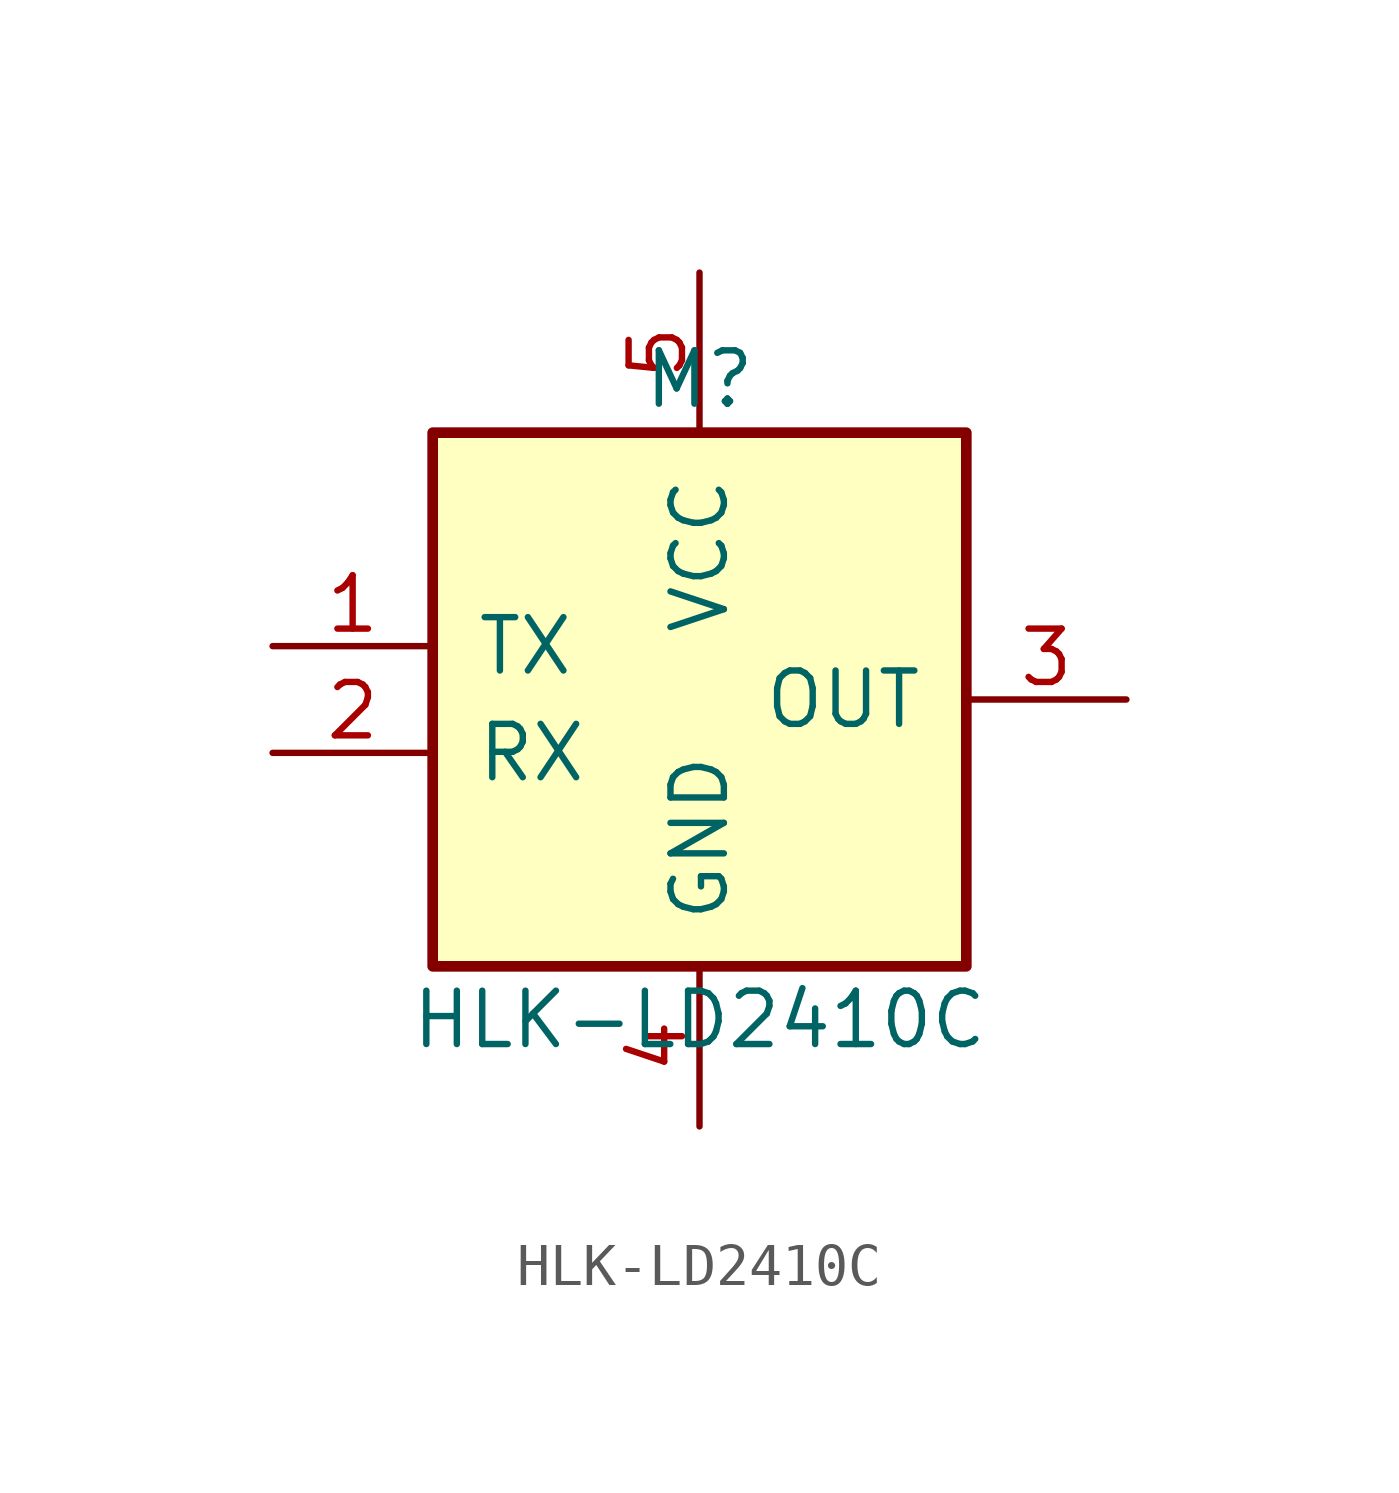
<source format=kicad_sym>
(kicad_symbol_lib
  (version 20220914)
  (generator kicad_symbol_editor)
  (symbol "HLK-LD2410C"
    (pin_names
      (offset 1.016))
    (property "Reference" "M"
      (at 0 7.62 0)
      (effects (font (size 1.27 1.27))))
    (property "Value" "HLK-LD2410C"
      (at 0 -7.62 0)
      (effects (font (size 1.27 1.27))))
    (symbol "HLK-LD2410C_1_1"
      (rectangle (start -6.35 6.35) (end 6.35 -6.35) (stroke (width 0.254) (type default)) (fill (type background)))
      (pin output line (at -10.16 1.27 0) (length 3.81) (name "TX" (effects (font (size 1.27 1.27)))) (number "1" (effects (font (size 1.27 1.27)))))
      (pin input line (at -10.16 -1.27 0) (length 3.81) (name "RX" (effects (font (size 1.27 1.27)))) (number "2" (effects (font (size 1.27 1.27)))))
      (pin output line (at 10.16 0 180) (length 3.81) (name "OUT" (effects (font (size 1.27 1.27)))) (number "3" (effects (font (size 1.27 1.27)))))
      (pin power_in line (at 0 -10.16 90) (length 3.81) (name "GND" (effects (font (size 1.27 1.27)))) (number "4" (effects (font (size 1.27 1.27)))))
      (pin power_in line (at 0 10.16 270) (length 3.81) (name "VCC" (effects (font (size 1.27 1.27)))) (number "5" (effects (font (size 1.27 1.27))))))))
</source>
